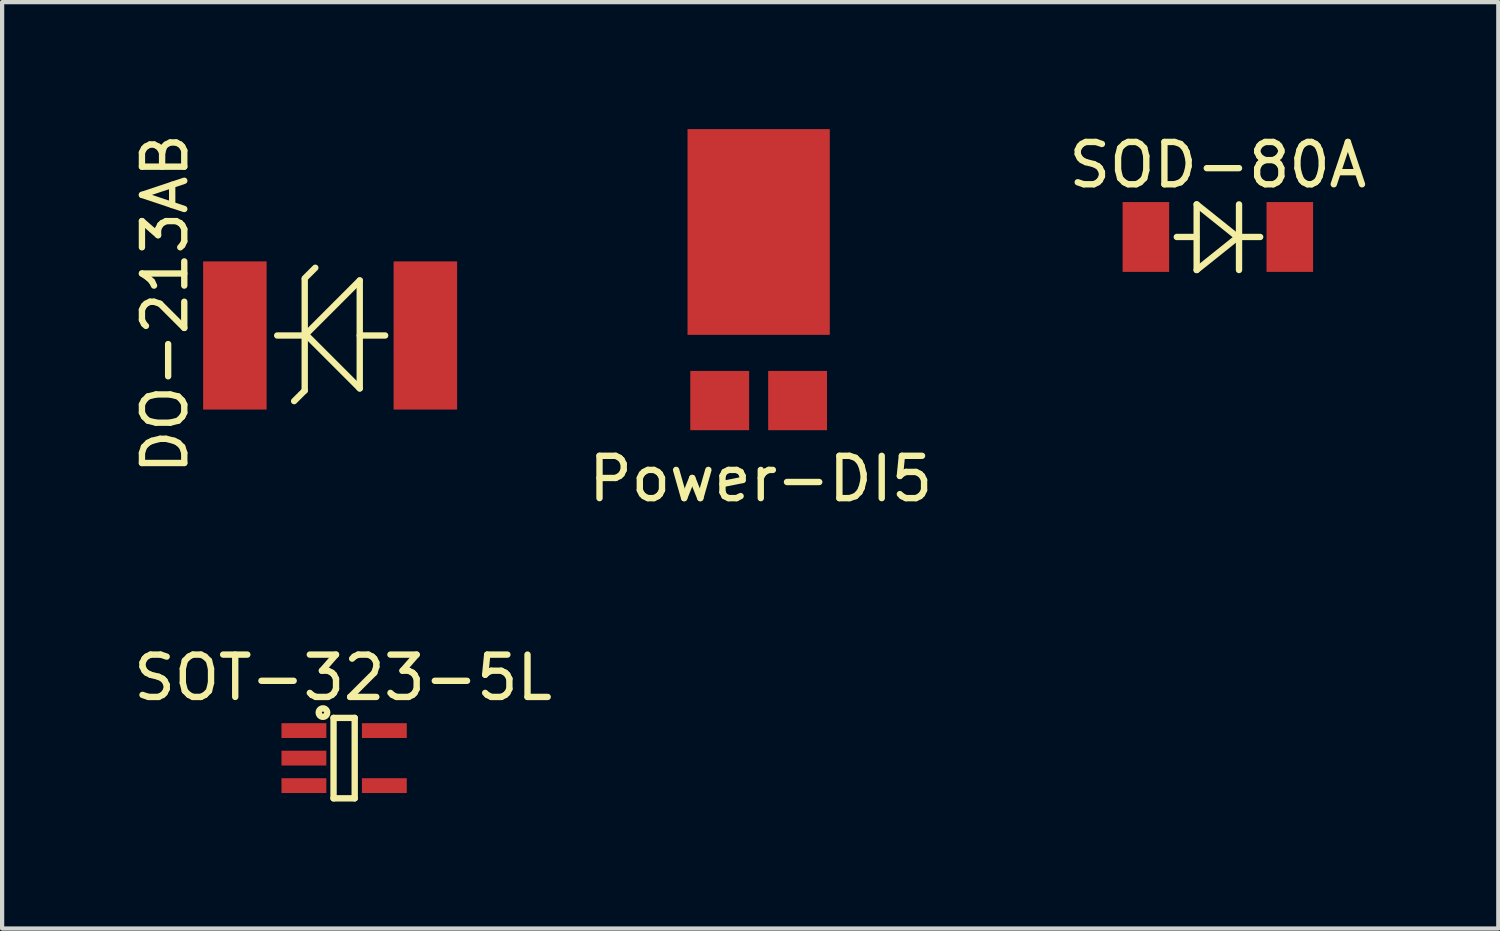
<source format=kicad_pcb>
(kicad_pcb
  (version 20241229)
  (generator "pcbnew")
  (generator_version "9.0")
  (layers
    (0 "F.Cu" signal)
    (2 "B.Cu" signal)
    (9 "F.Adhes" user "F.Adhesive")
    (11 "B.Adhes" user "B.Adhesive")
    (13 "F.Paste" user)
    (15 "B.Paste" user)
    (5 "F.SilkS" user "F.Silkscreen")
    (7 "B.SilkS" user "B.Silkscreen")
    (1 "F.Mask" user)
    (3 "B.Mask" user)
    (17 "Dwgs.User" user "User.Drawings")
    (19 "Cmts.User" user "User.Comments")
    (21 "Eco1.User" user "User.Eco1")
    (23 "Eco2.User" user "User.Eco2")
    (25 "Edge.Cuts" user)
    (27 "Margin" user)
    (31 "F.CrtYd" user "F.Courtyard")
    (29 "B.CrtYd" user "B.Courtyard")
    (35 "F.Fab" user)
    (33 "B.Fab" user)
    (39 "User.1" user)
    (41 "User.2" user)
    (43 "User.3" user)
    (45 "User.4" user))
  (footprint "SOT-323-5L"
    (layer "F.Cu")
    (at 5.079 14.858)
    (property "Reference" "SOT-323-5L" (at -0.025 -1.9 0) (layer "F.SilkS") (effects (font (size 1 1) (thickness 0.15))))
    (attr smd)
    (fp_line (start -0.25 -0.95) (end -0.25 0.95) (stroke (width 0.15) (type solid)) (layer "F.SilkS"))
    (fp_line (start -0.25 0.95) (end 0.25 0.95) (stroke (width 0.15) (type solid)) (layer "F.SilkS"))
    (fp_line (start 0.25 -0.95) (end -0.25 -0.95) (stroke (width 0.15) (type solid)) (layer "F.SilkS"))
    (fp_line (start 0.25 -0.95) (end 0.25 0.95) (stroke (width 0.15) (type solid)) (layer "F.SilkS"))
    (fp_circle (center -0.5 -1.075) (end -0.4 -1.075) (stroke (width 0.15) (type solid)) (fill no) (layer "F.SilkS"))
    (pad "1" smd rect (at -0.95 -0.65) (size 1.06 0.35) (layers "F.Cu" "F.Mask" "F.Paste"))
    (pad "2" smd rect (at -0.95 0) (size 1.06 0.35) (layers "F.Cu" "F.Mask" "F.Paste"))
    (pad "3" smd rect (at -0.95 0.65) (size 1.06 0.35) (layers "F.Cu" "F.Mask" "F.Paste"))
    (pad "4" smd rect (at 0.95 0.65) (size 1.06 0.35) (layers "F.Cu" "F.Mask" "F.Paste"))
    (pad "5" smd rect (at 0.95 -0.65) (size 1.06 0.35) (layers "F.Cu" "F.Mask" "F.Paste")))
  (footprint "DO-213AB"
    (layer "F.Cu")
    (at 4.748 4.875)
    (property "Reference" "DO-213AB" (at -3.9 -0.75 90) (layer "F.SilkS") (effects (font (size 1 1) (thickness 0.15))))
    (attr through_hole)
    (fp_line (start -0.6 -1.35) (end -0.35 -1.6) (stroke (width 0.15) (type solid)) (layer "F.SilkS"))
    (fp_line (start -0.6 -1.325) (end -0.6 1.3) (stroke (width 0.15) (type solid)) (layer "F.SilkS"))
    (fp_line (start -0.6 0) (end 0.7 -1.3) (stroke (width 0.15) (type solid)) (layer "F.SilkS"))
    (fp_line (start -0.6 1.3) (end -0.85 1.55) (stroke (width 0.15) (type solid)) (layer "F.SilkS"))
    (fp_line (start -0.55 0) (end -1.25 0) (stroke (width 0.15) (type solid)) (layer "F.SilkS"))
    (fp_line (start 0.7 -1.3) (end 0.7 1.25) (stroke (width 0.15) (type solid)) (layer "F.SilkS"))
    (fp_line (start 0.7 0) (end 1.3 0) (stroke (width 0.15) (type solid)) (layer "F.SilkS"))
    (fp_line (start 0.7 1.25) (end -0.6 -0.05) (stroke (width 0.15) (type solid)) (layer "F.SilkS"))
    (pad "1" smd rect (at -2.25 0) (size 1.5 3.5) (layers "F.Cu" "F.Mask" "F.Paste"))
    (pad "2" smd rect (at 2.25 0) (size 1.5 3.5) (layers "F.Cu" "F.Mask" "F.Paste")))
  (footprint "Power-DI5"
    (layer "F.Cu")
    (at 14.871 6.412)
    (property "Reference" "Power-DI5" (at 0.05 1.85 0) (layer "F.SilkS") (effects (font (size 1 1) (thickness 0.15))))
    (attr through_hole)
    (pad "" smd rect (at 0.92 0) (size 1.39 1.4) (layers "F.Cu" "F.Mask" "F.Paste"))
    (pad "1" smd rect (at 0 -3.982) (size 3.36 4.86) (layers "F.Cu" "F.Mask" "F.Paste"))
    (pad "2" smd rect (at -0.92 0) (size 1.39 1.4) (layers "F.Cu" "F.Mask" "F.Paste")))
  (footprint "SOD-80A"
    (layer "F.Cu")
    (at 25.718 2.548)
    (property "Reference" "SOD-80A" (at 0 -1.7 0) (layer "F.SilkS") (effects (font (size 1 1) (thickness 0.15))))
    (attr smd)
    (fp_line (start -0.51 0) (end -0.97 0) (stroke (width 0.15) (type solid)) (layer "F.SilkS"))
    (fp_line (start -0.5 -0.77) (end -0.5 0.78) (stroke (width 0.15) (type solid)) (layer "F.SilkS"))
    (fp_line (start -0.5 0.78) (end 0.5 -0.02) (stroke (width 0.15) (type solid)) (layer "F.SilkS"))
    (fp_line (start 0.49 0) (end 1 0) (stroke (width 0.15) (type solid)) (layer "F.SilkS"))
    (fp_line (start 0.5 -0.77) (end 0.5 0.78) (stroke (width 0.15) (type solid)) (layer "F.SilkS"))
    (fp_line (start 0.5 0.03) (end -0.5 -0.77) (stroke (width 0.15) (type solid)) (layer "F.SilkS"))
    (pad "1" smd rect (at 1.7 0) (size 1.1 1.65) (layers "F.Cu" "F.Mask" "F.Paste"))
    (pad "2" smd rect (at -1.7 0) (size 1.1 1.65) (layers "F.Cu" "F.Mask" "F.Paste")))
  (gr_rect
    (start -3 -3)
    (end 32.343 18.884)
    (stroke (width 0.1) (type default))
    (fill no)
    (layer "Edge.Cuts")))
</source>
